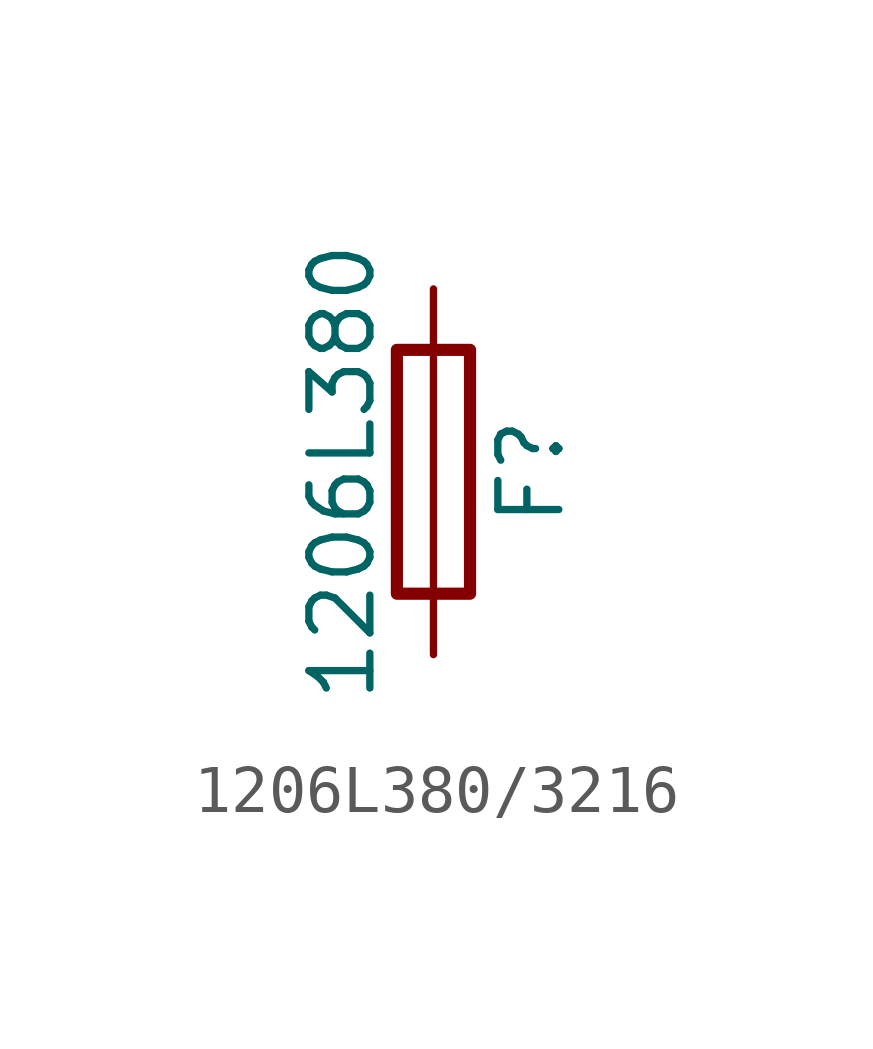
<source format=kicad_sym>
(kicad_symbol_lib
  (version 20220914)
  (generator kicad_symbol_editor)
  (symbol "1206L380/3216"
    (pin_numbers hide)
    (pin_names
      (offset 0))
    (property "Reference" "F"
      (at 2.032 0 90)
      (effects (font (size 1.27 1.27))))
    (property "Value" "1206L380"
      (at -1.905 0 90)
      (effects (font (size 1.27 1.27))))
    (symbol "1206L380/3216_0_1"
      (rectangle (start -0.762 -2.54) (end 0.762 2.54) (stroke (width 0.254) (type default)) (fill (type none)))
      (polyline (pts (xy 0 2.54) (xy 0 -2.54)) (stroke (width 0) (type default)) (fill (type none))))
    (symbol "1206L380/3216_1_1"
      (pin passive line (at 0 3.81 270) (length 1.27) (name "~" (effects (font (size 1.27 1.27)))) (number "1" (effects (font (size 1.27 1.27)))))
      (pin passive line (at 0 -3.81 90) (length 1.27) (name "~" (effects (font (size 1.27 1.27)))) (number "2" (effects (font (size 1.27 1.27))))))))
</source>
